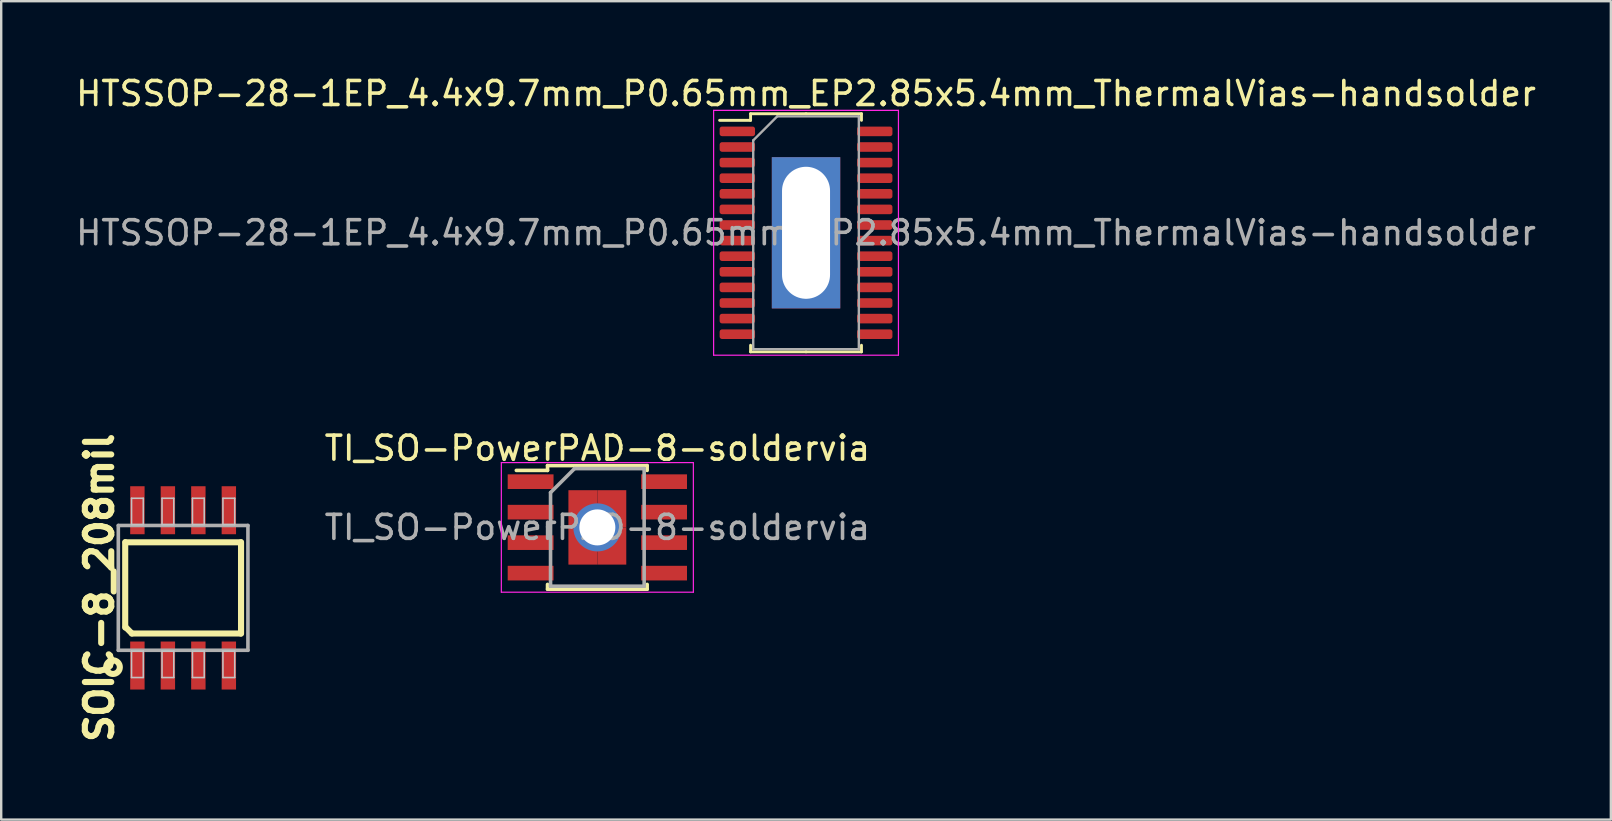
<source format=kicad_pcb>
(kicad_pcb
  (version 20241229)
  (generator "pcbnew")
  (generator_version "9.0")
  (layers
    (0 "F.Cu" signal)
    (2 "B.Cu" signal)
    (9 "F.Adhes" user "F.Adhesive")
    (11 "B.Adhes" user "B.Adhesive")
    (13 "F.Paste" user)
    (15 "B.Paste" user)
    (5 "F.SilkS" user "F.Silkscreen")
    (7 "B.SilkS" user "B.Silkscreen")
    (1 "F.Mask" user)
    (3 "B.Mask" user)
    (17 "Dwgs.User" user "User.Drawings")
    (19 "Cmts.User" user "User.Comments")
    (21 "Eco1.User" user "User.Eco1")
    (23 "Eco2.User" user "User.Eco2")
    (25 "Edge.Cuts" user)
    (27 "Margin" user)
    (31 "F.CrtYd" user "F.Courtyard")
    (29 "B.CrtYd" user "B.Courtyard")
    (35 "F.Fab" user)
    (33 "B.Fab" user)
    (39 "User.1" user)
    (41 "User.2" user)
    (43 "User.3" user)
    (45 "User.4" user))
  (footprint "SOIC-8_208mil"
    (layer "F.Cu")
    (at 4.579 21.442)
    (property "Reference" "SOIC-8_208mil" (at -3.49 -0.008 90) (layer "F.SilkS") (effects (font (size 1.1 1.1) (thickness 0.254))))
    (attr smd)
    (fp_line (start -2.413 -1.905) (end -2.413 1.651) (stroke (width 0.254) (type solid)) (layer "F.SilkS"))
    (fp_line (start -2.398 -1.9) (end 2.398 -1.9) (stroke (width 0.254) (type solid)) (layer "F.SilkS"))
    (fp_line (start -2.134 1.9) (end -2.398 1.633) (stroke (width 0.254) (type solid)) (layer "F.SilkS"))
    (fp_line (start 2.398 1.9) (end -2.134 1.9) (stroke (width 0.254) (type solid)) (layer "F.SilkS"))
    (fp_line (start 2.413 -1.905) (end 2.413 1.905) (stroke (width 0.254) (type solid)) (layer "F.SilkS"))
    (fp_circle (center -2.921 3.302) (end -3.175 3.429) (stroke (width 0.254) (type solid)) (fill no) (layer "F.SilkS"))
    (fp_line (start -2.149 -3.734) (end -1.659 -3.734) (stroke (width 0.066) (type solid)) (layer "Dwgs.User"))
    (fp_line (start -2.149 -2.634) (end -2.149 -3.734) (stroke (width 0.066) (type solid)) (layer "Dwgs.User"))
    (fp_line (start -2.149 -2.634) (end -1.659 -2.634) (stroke (width 0.066) (type solid)) (layer "Dwgs.User"))
    (fp_line (start -2.149 2.634) (end -1.659 2.634) (stroke (width 0.066) (type solid)) (layer "Dwgs.User"))
    (fp_line (start -2.149 3.734) (end -2.149 2.634) (stroke (width 0.066) (type solid)) (layer "Dwgs.User"))
    (fp_line (start -2.149 3.734) (end -1.659 3.734) (stroke (width 0.066) (type solid)) (layer "Dwgs.User"))
    (fp_line (start -1.659 -2.634) (end -1.659 -3.734) (stroke (width 0.066) (type solid)) (layer "Dwgs.User"))
    (fp_line (start -1.659 3.734) (end -1.659 2.634) (stroke (width 0.066) (type solid)) (layer "Dwgs.User"))
    (fp_line (start -0.879 -3.734) (end -0.389 -3.734) (stroke (width 0.066) (type solid)) (layer "Dwgs.User"))
    (fp_line (start -0.879 -2.634) (end -0.879 -3.734) (stroke (width 0.066) (type solid)) (layer "Dwgs.User"))
    (fp_line (start -0.879 -2.634) (end -0.389 -2.634) (stroke (width 0.066) (type solid)) (layer "Dwgs.User"))
    (fp_line (start -0.879 2.634) (end -0.389 2.634) (stroke (width 0.066) (type solid)) (layer "Dwgs.User"))
    (fp_line (start -0.879 3.734) (end -0.879 2.634) (stroke (width 0.066) (type solid)) (layer "Dwgs.User"))
    (fp_line (start -0.879 3.734) (end -0.389 3.734) (stroke (width 0.066) (type solid)) (layer "Dwgs.User"))
    (fp_line (start -0.389 -2.634) (end -0.389 -3.734) (stroke (width 0.066) (type solid)) (layer "Dwgs.User"))
    (fp_line (start -0.389 3.734) (end -0.389 2.634) (stroke (width 0.066) (type solid)) (layer "Dwgs.User"))
    (fp_line (start 0.389 -3.734) (end 0.879 -3.734) (stroke (width 0.066) (type solid)) (layer "Dwgs.User"))
    (fp_line (start 0.389 -2.634) (end 0.389 -3.734) (stroke (width 0.066) (type solid)) (layer "Dwgs.User"))
    (fp_line (start 0.389 -2.634) (end 0.879 -2.634) (stroke (width 0.066) (type solid)) (layer "Dwgs.User"))
    (fp_line (start 0.389 2.634) (end 0.879 2.634) (stroke (width 0.066) (type solid)) (layer "Dwgs.User"))
    (fp_line (start 0.389 3.734) (end 0.389 2.634) (stroke (width 0.066) (type solid)) (layer "Dwgs.User"))
    (fp_line (start 0.389 3.734) (end 0.879 3.734) (stroke (width 0.066) (type solid)) (layer "Dwgs.User"))
    (fp_line (start 0.879 -2.634) (end 0.879 -3.734) (stroke (width 0.066) (type solid)) (layer "Dwgs.User"))
    (fp_line (start 0.879 3.734) (end 0.879 2.634) (stroke (width 0.066) (type solid)) (layer "Dwgs.User"))
    (fp_line (start 1.659 -3.734) (end 2.149 -3.734) (stroke (width 0.066) (type solid)) (layer "Dwgs.User"))
    (fp_line (start 1.659 -2.634) (end 1.659 -3.734) (stroke (width 0.066) (type solid)) (layer "Dwgs.User"))
    (fp_line (start 1.659 -2.634) (end 2.149 -2.634) (stroke (width 0.066) (type solid)) (layer "Dwgs.User"))
    (fp_line (start 1.659 2.634) (end 2.149 2.634) (stroke (width 0.066) (type solid)) (layer "Dwgs.User"))
    (fp_line (start 1.659 3.734) (end 1.659 2.634) (stroke (width 0.066) (type solid)) (layer "Dwgs.User"))
    (fp_line (start 1.659 3.734) (end 2.149 3.734) (stroke (width 0.066) (type solid)) (layer "Dwgs.User"))
    (fp_line (start 2.149 -2.634) (end 2.149 -3.734) (stroke (width 0.066) (type solid)) (layer "Dwgs.User"))
    (fp_line (start 2.149 3.734) (end 2.149 2.634) (stroke (width 0.066) (type solid)) (layer "Dwgs.User"))
    (fp_line (start -2.7 -2.6) (end 2.7 -2.6) (stroke (width 0.15) (type solid)) (layer "F.Fab"))
    (fp_line (start -2.7 2.6) (end -2.7 -2.6) (stroke (width 0.15) (type solid)) (layer "F.Fab"))
    (fp_line (start 2.7 -2.6) (end 2.7 2.6) (stroke (width 0.15) (type solid)) (layer "F.Fab"))
    (fp_line (start 2.7 2.6) (end -2.7 2.6) (stroke (width 0.15) (type solid)) (layer "F.Fab"))
    (pad "1" smd rect (at -1.905 3.235) (size 0.6 2) (layers "F.Cu" "F.Mask" "F.Paste"))
    (pad "2" smd rect (at -0.635 3.235) (size 0.6 2) (layers "F.Cu" "F.Mask" "F.Paste"))
    (pad "3" smd rect (at 0.635 3.235) (size 0.6 2) (layers "F.Cu" "F.Mask" "F.Paste"))
    (pad "4" smd rect (at 1.905 3.235) (size 0.6 2) (layers "F.Cu" "F.Mask" "F.Paste"))
    (pad "5" smd rect (at 1.905 -3.235) (size 0.6 2) (layers "F.Cu" "F.Mask" "F.Paste"))
    (pad "6" smd rect (at 0.635 -3.235) (size 0.6 2) (layers "F.Cu" "F.Mask" "F.Paste"))
    (pad "7" smd rect (at -0.635 -3.235) (size 0.6 2) (layers "F.Cu" "F.Mask" "F.Paste"))
    (pad "8" smd rect (at -1.905 -3.235) (size 0.6 2) (layers "F.Cu" "F.Mask" "F.Paste")))
  (footprint "TI_SO-PowerPAD-8-soldervia"
    (layer "F.Cu")
    (at 21.836 18.922)
    (property "Reference" "TI_SO-PowerPAD-8-soldervia" (at 0 -3.3 0) (layer "F.SilkS") (effects (font (size 1 1) (thickness 0.15))))
    (attr smd)
    (fp_line (start -2.075 -2.575) (end -2.075 -2.375) (stroke (width 0.15) (type solid)) (layer "F.SilkS"))
    (fp_line (start -2.075 -2.575) (end 2.075 -2.575) (stroke (width 0.15) (type solid)) (layer "F.SilkS"))
    (fp_line (start -2.075 -2.375) (end -3.375 -2.375) (stroke (width 0.15) (type solid)) (layer "F.SilkS"))
    (fp_line (start -2.075 2.575) (end -2.075 2.375) (stroke (width 0.15) (type solid)) (layer "F.SilkS"))
    (fp_line (start -2.075 2.575) (end 2.075 2.575) (stroke (width 0.15) (type solid)) (layer "F.SilkS"))
    (fp_line (start 2.075 -2.575) (end 2.075 -2.375) (stroke (width 0.15) (type solid)) (layer "F.SilkS"))
    (fp_line (start 2.075 2.575) (end 2.075 2.375) (stroke (width 0.15) (type solid)) (layer "F.SilkS"))
    (fp_line (start -4 -2.7) (end -4 2.7) (stroke (width 0.05) (type solid)) (layer "F.CrtYd"))
    (fp_line (start -4 -2.7) (end 4 -2.7) (stroke (width 0.05) (type solid)) (layer "F.CrtYd"))
    (fp_line (start -4 2.7) (end 4 2.7) (stroke (width 0.05) (type solid)) (layer "F.CrtYd"))
    (fp_line (start 4 -2.7) (end 4 2.7) (stroke (width 0.05) (type solid)) (layer "F.CrtYd"))
    (fp_line (start -1.95 -1.45) (end -0.95 -2.45) (stroke (width 0.15) (type solid)) (layer "F.Fab"))
    (fp_line (start -1.95 2.45) (end -1.95 -1.45) (stroke (width 0.15) (type solid)) (layer "F.Fab"))
    (fp_line (start -0.95 -2.45) (end 1.95 -2.45) (stroke (width 0.15) (type solid)) (layer "F.Fab"))
    (fp_line (start 1.95 -2.45) (end 1.95 2.45) (stroke (width 0.15) (type solid)) (layer "F.Fab"))
    (fp_line (start 1.95 2.45) (end -1.95 2.45) (stroke (width 0.15) (type solid)) (layer "F.Fab"))
    (fp_text user "${REFERENCE}" (at 0 0 0) (layer "F.Fab") (effects (font (size 1 1) (thickness 0.15))))
    (pad "1" smd rect (at -2.78 -1.905) (size 1.91 0.61) (layers "F.Cu" "F.Mask" "F.Paste"))
    (pad "2" smd rect (at -2.78 -0.635) (size 1.91 0.61) (layers "F.Cu" "F.Mask" "F.Paste"))
    (pad "3" smd rect (at -2.78 0.635) (size 1.91 0.61) (layers "F.Cu" "F.Mask" "F.Paste"))
    (pad "4" smd rect (at -2.78 1.905) (size 1.91 0.61) (layers "F.Cu" "F.Mask" "F.Paste"))
    (pad "5" smd rect (at 2.78 1.905) (size 1.91 0.61) (layers "F.Cu" "F.Mask" "F.Paste"))
    (pad "6" smd rect (at 2.78 0.635) (size 1.91 0.61) (layers "F.Cu" "F.Mask" "F.Paste"))
    (pad "7" smd rect (at 2.78 -0.635) (size 1.91 0.61) (layers "F.Cu" "F.Mask" "F.Paste"))
    (pad "8" smd rect (at 2.78 -1.905) (size 1.91 0.61) (layers "F.Cu" "F.Mask" "F.Paste"))
    (pad "9" smd rect (at -0.603 -0.775) (size 1.205 1.55) (layers "F.Cu" "F.Mask" "F.Paste"))
    (pad "9" smd rect (at -0.603 0.775) (size 1.205 1.55) (layers "F.Cu" "F.Mask" "F.Paste"))
    (pad "9" thru_hole circle (at 0 0) (size 2 2) (drill 1.5) (layers "*.Cu" "*.Mask"))
    (pad "9" smd rect (at 0.603 -0.775) (size 1.205 1.55) (layers "F.Cu" "F.Mask" "F.Paste"))
    (pad "9" smd rect (at 0.603 0.775) (size 1.205 1.55) (layers "F.Cu" "F.Mask" "F.Paste")))
  (footprint "HTSSOP-28-1EP_4.4x9.7mm_P0.65mm_EP2.85x5.4mm_ThermalVias-handsolder"
    (layer "F.Cu")
    (at 30.53 6.648)
    (property "Reference" "HTSSOP-28-1EP_4.4x9.7mm_P0.65mm_EP2.85x5.4mm_ThermalVias-handsolder" (at 0 -5.8 0) (layer "F.SilkS") (effects (font (size 1 1) (thickness 0.15))))
    (attr smd)
    (fp_line (start -2.31 -4.96) (end -2.31 -4.685) (stroke (width 0.12) (type solid)) (layer "F.SilkS"))
    (fp_line (start -2.31 -4.685) (end -3.6 -4.685) (stroke (width 0.12) (type solid)) (layer "F.SilkS"))
    (fp_line (start -2.31 4.96) (end -2.31 4.685) (stroke (width 0.12) (type solid)) (layer "F.SilkS"))
    (fp_line (start 0 -4.96) (end -2.31 -4.96) (stroke (width 0.12) (type solid)) (layer "F.SilkS"))
    (fp_line (start 0 -4.96) (end 2.31 -4.96) (stroke (width 0.12) (type solid)) (layer "F.SilkS"))
    (fp_line (start 0 4.96) (end -2.31 4.96) (stroke (width 0.12) (type solid)) (layer "F.SilkS"))
    (fp_line (start 0 4.96) (end 2.31 4.96) (stroke (width 0.12) (type solid)) (layer "F.SilkS"))
    (fp_line (start 2.31 -4.96) (end 2.31 -4.685) (stroke (width 0.12) (type solid)) (layer "F.SilkS"))
    (fp_line (start 2.31 4.96) (end 2.31 4.685) (stroke (width 0.12) (type solid)) (layer "F.SilkS"))
    (fp_line (start -3.85 -5.1) (end -3.85 5.1) (stroke (width 0.05) (type solid)) (layer "F.CrtYd"))
    (fp_line (start -3.85 5.1) (end 3.85 5.1) (stroke (width 0.05) (type solid)) (layer "F.CrtYd"))
    (fp_line (start 3.85 -5.1) (end -3.85 -5.1) (stroke (width 0.05) (type solid)) (layer "F.CrtYd"))
    (fp_line (start 3.85 5.1) (end 3.85 -5.1) (stroke (width 0.05) (type solid)) (layer "F.CrtYd"))
    (fp_line (start -2.2 -3.85) (end -1.2 -4.85) (stroke (width 0.1) (type solid)) (layer "F.Fab"))
    (fp_line (start -2.2 4.85) (end -2.2 -3.85) (stroke (width 0.1) (type solid)) (layer "F.Fab"))
    (fp_line (start -1.2 -4.85) (end 2.2 -4.85) (stroke (width 0.1) (type solid)) (layer "F.Fab"))
    (fp_line (start 2.2 -4.85) (end 2.2 4.85) (stroke (width 0.1) (type solid)) (layer "F.Fab"))
    (fp_line (start 2.2 4.85) (end -2.2 4.85) (stroke (width 0.1) (type solid)) (layer "F.Fab"))
    (fp_text user "${REFERENCE}" (at 0 0 0) (layer "F.Fab") (effects (font (size 1 1) (thickness 0.15))))
    (pad "1" smd roundrect (at -2.862 -4.225) (size 1.475 0.4) (layers "F.Cu" "F.Mask" "F.Paste") (roundrect_rratio 0.25))
    (pad "2" smd roundrect (at -2.862 -3.575) (size 1.475 0.4) (layers "F.Cu" "F.Mask" "F.Paste") (roundrect_rratio 0.25))
    (pad "3" smd roundrect (at -2.862 -2.925) (size 1.475 0.4) (layers "F.Cu" "F.Mask" "F.Paste") (roundrect_rratio 0.25))
    (pad "4" smd roundrect (at -2.862 -2.275) (size 1.475 0.4) (layers "F.Cu" "F.Mask" "F.Paste") (roundrect_rratio 0.25))
    (pad "5" smd roundrect (at -2.862 -1.625) (size 1.475 0.4) (layers "F.Cu" "F.Mask" "F.Paste") (roundrect_rratio 0.25))
    (pad "6" smd roundrect (at -2.862 -0.975) (size 1.475 0.4) (layers "F.Cu" "F.Mask" "F.Paste") (roundrect_rratio 0.25))
    (pad "7" smd roundrect (at -2.862 -0.325) (size 1.475 0.4) (layers "F.Cu" "F.Mask" "F.Paste") (roundrect_rratio 0.25))
    (pad "8" smd roundrect (at -2.862 0.325) (size 1.475 0.4) (layers "F.Cu" "F.Mask" "F.Paste") (roundrect_rratio 0.25))
    (pad "9" smd roundrect (at -2.862 0.975) (size 1.475 0.4) (layers "F.Cu" "F.Mask" "F.Paste") (roundrect_rratio 0.25))
    (pad "10" smd roundrect (at -2.862 1.625) (size 1.475 0.4) (layers "F.Cu" "F.Mask" "F.Paste") (roundrect_rratio 0.25))
    (pad "11" smd roundrect (at -2.862 2.275) (size 1.475 0.4) (layers "F.Cu" "F.Mask" "F.Paste") (roundrect_rratio 0.25))
    (pad "12" smd roundrect (at -2.862 2.925) (size 1.475 0.4) (layers "F.Cu" "F.Mask" "F.Paste") (roundrect_rratio 0.25))
    (pad "13" smd roundrect (at -2.862 3.575) (size 1.475 0.4) (layers "F.Cu" "F.Mask" "F.Paste") (roundrect_rratio 0.25))
    (pad "14" smd roundrect (at -2.862 4.225) (size 1.475 0.4) (layers "F.Cu" "F.Mask" "F.Paste") (roundrect_rratio 0.25))
    (pad "15" smd roundrect (at 2.862 4.225) (size 1.475 0.4) (layers "F.Cu" "F.Mask" "F.Paste") (roundrect_rratio 0.25))
    (pad "16" smd roundrect (at 2.862 3.575) (size 1.475 0.4) (layers "F.Cu" "F.Mask" "F.Paste") (roundrect_rratio 0.25))
    (pad "17" smd roundrect (at 2.862 2.925) (size 1.475 0.4) (layers "F.Cu" "F.Mask" "F.Paste") (roundrect_rratio 0.25))
    (pad "18" smd roundrect (at 2.862 2.275) (size 1.475 0.4) (layers "F.Cu" "F.Mask" "F.Paste") (roundrect_rratio 0.25))
    (pad "19" smd roundrect (at 2.862 1.625) (size 1.475 0.4) (layers "F.Cu" "F.Mask" "F.Paste") (roundrect_rratio 0.25))
    (pad "20" smd roundrect (at 2.862 0.975) (size 1.475 0.4) (layers "F.Cu" "F.Mask" "F.Paste") (roundrect_rratio 0.25))
    (pad "21" smd roundrect (at 2.862 0.325) (size 1.475 0.4) (layers "F.Cu" "F.Mask" "F.Paste") (roundrect_rratio 0.25))
    (pad "22" smd roundrect (at 2.862 -0.325) (size 1.475 0.4) (layers "F.Cu" "F.Mask" "F.Paste") (roundrect_rratio 0.25))
    (pad "23" smd roundrect (at 2.862 -0.975) (size 1.475 0.4) (layers "F.Cu" "F.Mask" "F.Paste") (roundrect_rratio 0.25))
    (pad "24" smd roundrect (at 2.862 -1.625) (size 1.475 0.4) (layers "F.Cu" "F.Mask" "F.Paste") (roundrect_rratio 0.25))
    (pad "25" smd roundrect (at 2.862 -2.275) (size 1.475 0.4) (layers "F.Cu" "F.Mask" "F.Paste") (roundrect_rratio 0.25))
    (pad "26" smd roundrect (at 2.862 -2.925) (size 1.475 0.4) (layers "F.Cu" "F.Mask" "F.Paste") (roundrect_rratio 0.25))
    (pad "27" smd roundrect (at 2.862 -3.575) (size 1.475 0.4) (layers "F.Cu" "F.Mask" "F.Paste") (roundrect_rratio 0.25))
    (pad "28" smd roundrect (at 2.862 -4.225) (size 1.475 0.4) (layers "F.Cu" "F.Mask" "F.Paste") (roundrect_rratio 0.25))
    (pad "29" thru_hole oval (at 0 0) (size 2.5 6) (drill oval 2 5.5) (layers "*.Cu" "*.Mask"))
    (pad "29" smd rect (at 0 0) (size 2.85 6.3) (layers "F.Cu" "F.Mask"))
    (pad "29" smd rect (at 0 0) (size 2.85 6.3) (layers "B.Cu")))
  (gr_rect
    (start -3 -3)
    (end 64.06 31.096)
    (stroke (width 0.1) (type default))
    (fill no)
    (layer "Edge.Cuts")))
</source>
